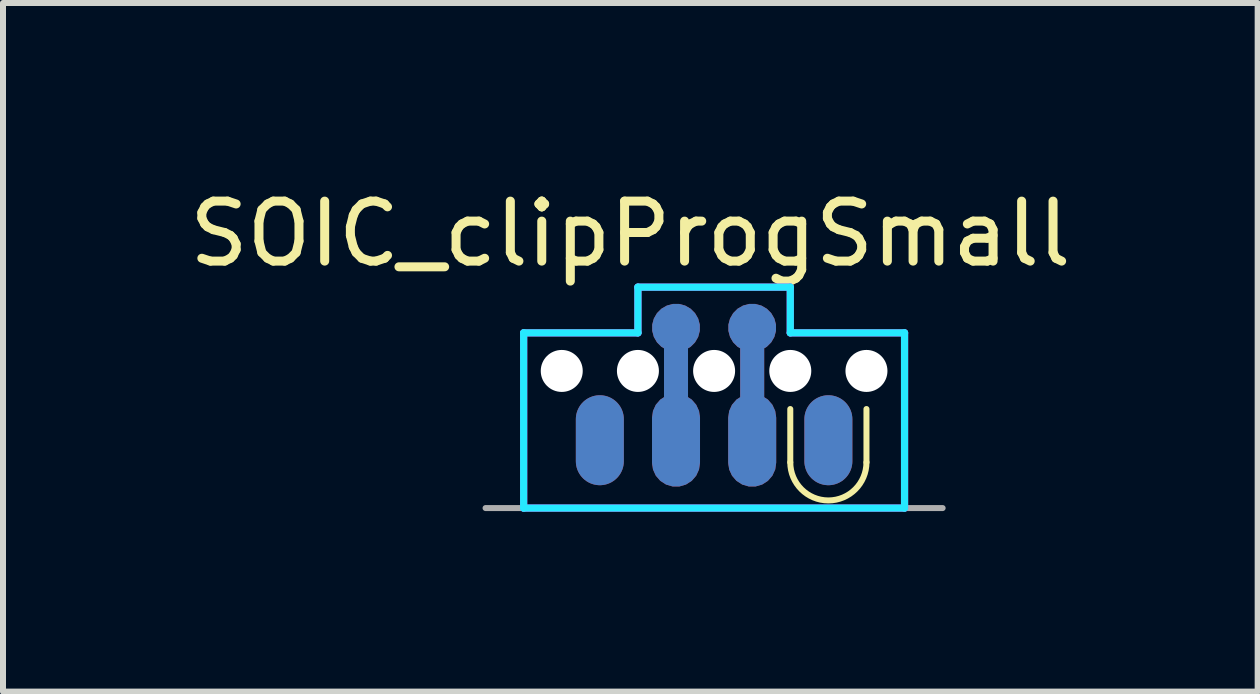
<source format=kicad_pcb>
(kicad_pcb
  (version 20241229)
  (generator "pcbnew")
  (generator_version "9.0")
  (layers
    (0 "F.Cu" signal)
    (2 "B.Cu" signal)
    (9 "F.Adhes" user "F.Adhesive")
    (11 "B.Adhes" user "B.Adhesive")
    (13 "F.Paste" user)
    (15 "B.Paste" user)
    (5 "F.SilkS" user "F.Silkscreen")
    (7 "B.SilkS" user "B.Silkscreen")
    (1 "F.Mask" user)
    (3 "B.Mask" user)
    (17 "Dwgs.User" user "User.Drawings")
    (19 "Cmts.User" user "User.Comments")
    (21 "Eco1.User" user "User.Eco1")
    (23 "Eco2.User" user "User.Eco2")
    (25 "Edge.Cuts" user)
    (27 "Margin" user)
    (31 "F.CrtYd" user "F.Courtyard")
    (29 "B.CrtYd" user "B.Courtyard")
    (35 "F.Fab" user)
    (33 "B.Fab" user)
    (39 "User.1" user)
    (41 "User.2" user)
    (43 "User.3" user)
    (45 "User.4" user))
  (footprint "SOIC_clipProgSmall"
    (layer "F.Cu")
    (at 8.855 5.039)
    (property "Reference" "SOIC_clipProgSmall" (at -1.397 -4.191 0) (layer "F.SilkS") (effects (font (size 1 1) (thickness 0.15))))
    (attr through_hole)
    (fp_line (start 1.27 -0.381) (end 1.27 -1.27) (stroke (width 0.1) (type solid)) (layer "F.SilkS"))
    (fp_line (start 2.54 -0.381) (end 2.54 -1.27) (stroke (width 0.1) (type solid)) (layer "F.SilkS"))
    (fp_arc (start 2.54 -0.381) (mid 1.905 0.254) (end 1.27 -0.381) (stroke (width 0.1) (type solid)) (layer "F.SilkS"))
    (fp_line (start -3.175 -2.54) (end -1.27 -2.54) (stroke (width 0.12) (type solid)) (layer "B.CrtYd"))
    (fp_line (start -3.175 0.381) (end -3.175 -2.54) (stroke (width 0.12) (type solid)) (layer "B.CrtYd"))
    (fp_line (start -1.27 -3.302) (end 1.27 -3.302) (stroke (width 0.12) (type solid)) (layer "B.CrtYd"))
    (fp_line (start -1.27 -2.54) (end -1.27 -3.302) (stroke (width 0.12) (type solid)) (layer "B.CrtYd"))
    (fp_line (start 1.27 -3.302) (end 1.27 -2.54) (stroke (width 0.12) (type solid)) (layer "B.CrtYd"))
    (fp_line (start 1.27 -2.54) (end 3.175 -2.54) (stroke (width 0.12) (type solid)) (layer "B.CrtYd"))
    (fp_line (start 3.175 -2.54) (end 3.175 0.381) (stroke (width 0.12) (type solid)) (layer "B.CrtYd"))
    (fp_line (start 3.175 0.381) (end -3.175 0.381) (stroke (width 0.12) (type solid)) (layer "B.CrtYd"))
    (fp_line (start -3.175 -2.54) (end -1.27 -2.54) (stroke (width 0.12) (type solid)) (layer "F.CrtYd"))
    (fp_line (start -3.175 0.381) (end -3.175 -2.54) (stroke (width 0.12) (type solid)) (layer "F.CrtYd"))
    (fp_line (start -1.27 -2.54) (end -1.27 -3.302) (stroke (width 0.12) (type solid)) (layer "F.CrtYd"))
    (fp_line (start 1.27 -3.302) (end -1.27 -3.302) (stroke (width 0.12) (type solid)) (layer "F.CrtYd"))
    (fp_line (start 1.27 -3.302) (end 1.27 -2.54) (stroke (width 0.12) (type solid)) (layer "F.CrtYd"))
    (fp_line (start 1.27 -2.54) (end 3.175 -2.54) (stroke (width 0.12) (type solid)) (layer "F.CrtYd"))
    (fp_line (start 3.175 -2.54) (end 3.175 0.381) (stroke (width 0.12) (type solid)) (layer "F.CrtYd"))
    (fp_line (start 3.175 0.381) (end -3.175 0.381) (stroke (width 0.12) (type solid)) (layer "F.CrtYd"))
    (fp_line (start -3.81 0.381) (end 3.81 0.381) (stroke (width 0.1) (type solid)) (layer "F.Fab"))
    (fp_line (start -3.175 -2.54) (end -3.175 0.381) (stroke (width 0.1) (type solid)) (layer "F.Fab"))
    (fp_line (start 3.175 0.381) (end 3.175 -2.54) (stroke (width 0.1) (type solid)) (layer "F.Fab"))
    (pad "" np_thru_hole circle (at -2.54 -1.905) (size 0.7 0.7) (drill 0.7) (layers "*.Cu" "*.Mask"))
    (pad "" np_thru_hole circle (at -1.27 -1.905) (size 0.7 0.7) (drill 0.7) (layers "*.Cu" "*.Mask"))
    (pad "" np_thru_hole circle (at 0 -1.905) (size 0.7 0.7) (drill 0.7) (layers "*.Cu" "*.Mask"))
    (pad "" np_thru_hole circle (at 1.27 -1.905) (size 0.7 0.7) (drill 0.7) (layers "*.Cu" "*.Mask"))
    (pad "" np_thru_hole circle (at 2.54 -1.905) (size 0.7 0.7) (drill 0.7) (layers "*.Cu" "*.Mask"))
    (pad "1" smd oval (at 1.905 -0.75) (size 0.8 1.5) (layers "F.Cu" "F.Mask"))
    (pad "2" smd custom (at 0.635 -2.625) (size 0.8 0.8) (layers "F.Cu" "F.Mask") (options (anchor circle)) (primitives (gr_line (start 0 0) (end 0 2.25) (width 0.4)) (gr_arc (start 0.2 2.25) (mid 0 2.45) (end -0.2 2.25) (width 0.4)) (gr_arc (start -0.2 1.5) (mid 0 1.3) (end 0.2 1.5) (width 0.4)) (gr_poly (pts (xy -0.2 2.25) (xy -0.2 1.5) (xy 0.2 1.5) (xy 0.2 2.25)) (width 0.4) (fill yes))))
    (pad "3" smd custom (at -0.635 -2.625) (size 0.8 0.8) (layers "F.Cu" "F.Mask") (options (anchor circle)) (primitives (gr_line (start 0 0) (end 0 2.25) (width 0.4)) (gr_arc (start 0.2 2.25) (mid 0 2.45) (end -0.2 2.25) (width 0.4)) (gr_arc (start -0.2 1.5) (mid 0 1.3) (end 0.2 1.5) (width 0.4)) (gr_poly (pts (xy -0.2 2.25) (xy -0.2 1.5) (xy 0.2 1.5) (xy 0.2 2.25)) (width 0.4) (fill yes))))
    (pad "4" smd oval (at -1.905 -0.75) (size 0.8 1.5) (layers "F.Cu" "F.Mask"))
    (pad "5" smd oval (at -1.905 -0.75) (size 0.8 1.5) (layers "B.Cu" "B.Mask"))
    (pad "6" smd custom (at -0.635 -2.625) (size 0.8 0.8) (layers "B.Cu" "B.Mask") (options (anchor circle)) (primitives (gr_line (start 0 0) (end 0 2.25) (width 0.4)) (gr_arc (start 0.2 2.25) (mid 0 2.45) (end -0.2 2.25) (width 0.4)) (gr_arc (start -0.2 1.5) (mid 0 1.3) (end 0.2 1.5) (width 0.4)) (gr_poly (pts (xy -0.2 2.25) (xy -0.2 1.5) (xy 0.2 1.5) (xy 0.2 2.25)) (width 0.4) (fill yes))))
    (pad "7" smd custom (at 0.635 -2.625) (size 0.8 0.8) (layers "B.Cu" "B.Mask") (options (anchor circle)) (primitives (gr_line (start 0 0) (end 0 2.25) (width 0.4)) (gr_arc (start 0.2 2.25) (mid 0 2.45) (end -0.2 2.25) (width 0.4)) (gr_arc (start -0.2 1.5) (mid 0 1.3) (end 0.2 1.5) (width 0.4)) (gr_poly (pts (xy -0.2 2.25) (xy -0.2 1.5) (xy 0.2 1.5) (xy 0.2 2.25)) (width 0.4) (fill yes))))
    (pad "8" smd oval (at 1.905 -0.75) (size 0.8 1.5) (layers "B.Cu" "B.Mask")))
  (gr_rect
    (start -3 -3)
    (end 17.917 8.48)
    (stroke (width 0.1) (type default))
    (fill no)
    (layer "Edge.Cuts")))
</source>
